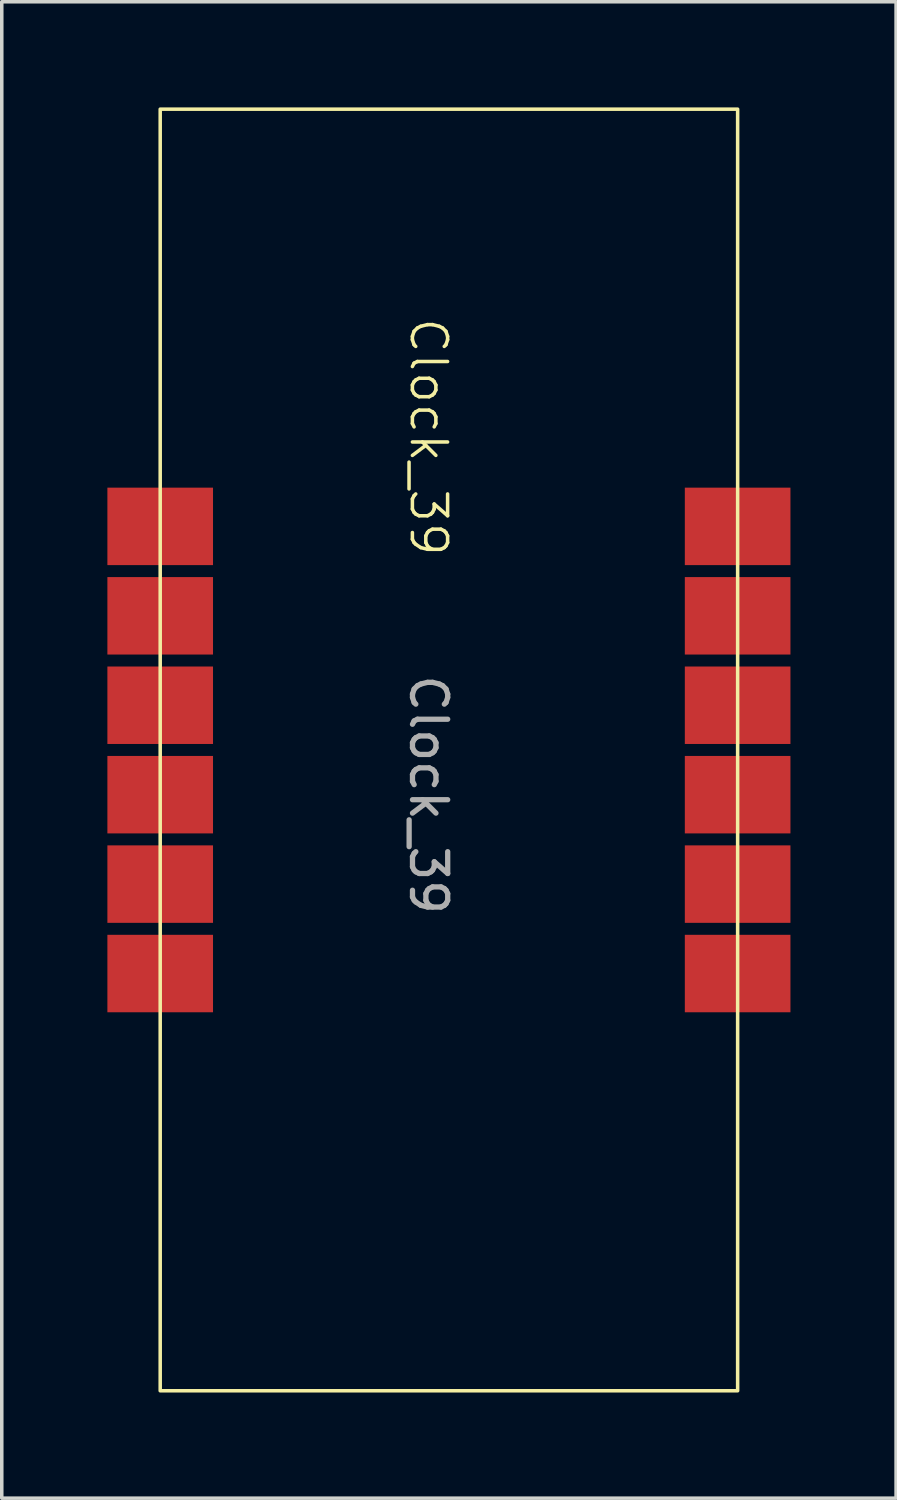
<source format=kicad_pcb>
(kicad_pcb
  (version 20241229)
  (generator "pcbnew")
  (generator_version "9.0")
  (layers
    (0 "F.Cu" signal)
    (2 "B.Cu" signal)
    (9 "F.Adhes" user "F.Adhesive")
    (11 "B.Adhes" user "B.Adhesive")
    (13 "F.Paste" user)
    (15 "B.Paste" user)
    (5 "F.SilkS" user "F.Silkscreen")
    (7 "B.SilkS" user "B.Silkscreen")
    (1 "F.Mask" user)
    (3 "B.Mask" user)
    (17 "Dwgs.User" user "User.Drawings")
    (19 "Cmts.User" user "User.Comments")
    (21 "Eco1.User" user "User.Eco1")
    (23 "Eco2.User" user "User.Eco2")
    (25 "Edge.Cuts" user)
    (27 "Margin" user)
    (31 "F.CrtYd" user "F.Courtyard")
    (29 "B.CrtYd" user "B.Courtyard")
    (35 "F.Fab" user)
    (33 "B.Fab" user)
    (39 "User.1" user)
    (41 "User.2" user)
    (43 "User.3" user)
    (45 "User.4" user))
  (footprint "Clock_39"
    (layer "F.Cu")
    (at 1.5 11.9)
    (property "Reference" "Clock_39" (at 7.62 -2.54 270) (unlocked yes) (layer "F.SilkS") (effects (font (size 1 1) (thickness 0.1))))
    (attr smd)
    (fp_rect (start 0 -11.85) (end 16.4 24.55) (stroke (width 0.1) (type default)) (fill no) (layer "F.SilkS"))
    (fp_text user "${REFERENCE}" (at 7.62 7.62 270) (unlocked yes) (layer "F.Fab") (effects (font (size 1 1) (thickness 0.15))))
    (pad "1" smd rect (at 0 0) (size 3 2.2) (layers "F.Cu" "F.Mask" "F.Paste"))
    (pad "2" smd rect (at 0 2.54) (size 3 2.2) (layers "F.Cu" "F.Mask" "F.Paste"))
    (pad "3" smd rect (at 0 5.08) (size 3 2.2) (layers "F.Cu" "F.Mask" "F.Paste"))
    (pad "4" smd rect (at 0 7.62) (size 3 2.2) (layers "F.Cu" "F.Mask" "F.Paste"))
    (pad "5" smd rect (at 0 10.16) (size 3 2.2) (layers "F.Cu" "F.Mask" "F.Paste"))
    (pad "6" smd rect (at 0 12.7) (size 3 2.2) (layers "F.Cu" "F.Mask" "F.Paste"))
    (pad "7" smd rect (at 16.4 12.7) (size 3 2.2) (layers "F.Cu" "F.Mask" "F.Paste"))
    (pad "8" smd rect (at 16.4 10.16) (size 3 2.2) (layers "F.Cu" "F.Mask" "F.Paste"))
    (pad "9" smd rect (at 16.4 7.62) (size 3 2.2) (layers "F.Cu" "F.Mask" "F.Paste"))
    (pad "10" smd rect (at 16.4 5.08) (size 3 2.2) (layers "F.Cu" "F.Mask" "F.Paste"))
    (pad "11" smd rect (at 16.4 2.54) (size 3 2.2) (layers "F.Cu" "F.Mask" "F.Paste"))
    (pad "12" smd rect (at 16.4 0) (size 3 2.2) (layers "F.Cu" "F.Mask" "F.Paste")))
  (gr_rect
    (start -3 -3)
    (end 22.4 39.5)
    (stroke (width 0.1) (type default))
    (fill no)
    (layer "Edge.Cuts")))
</source>
